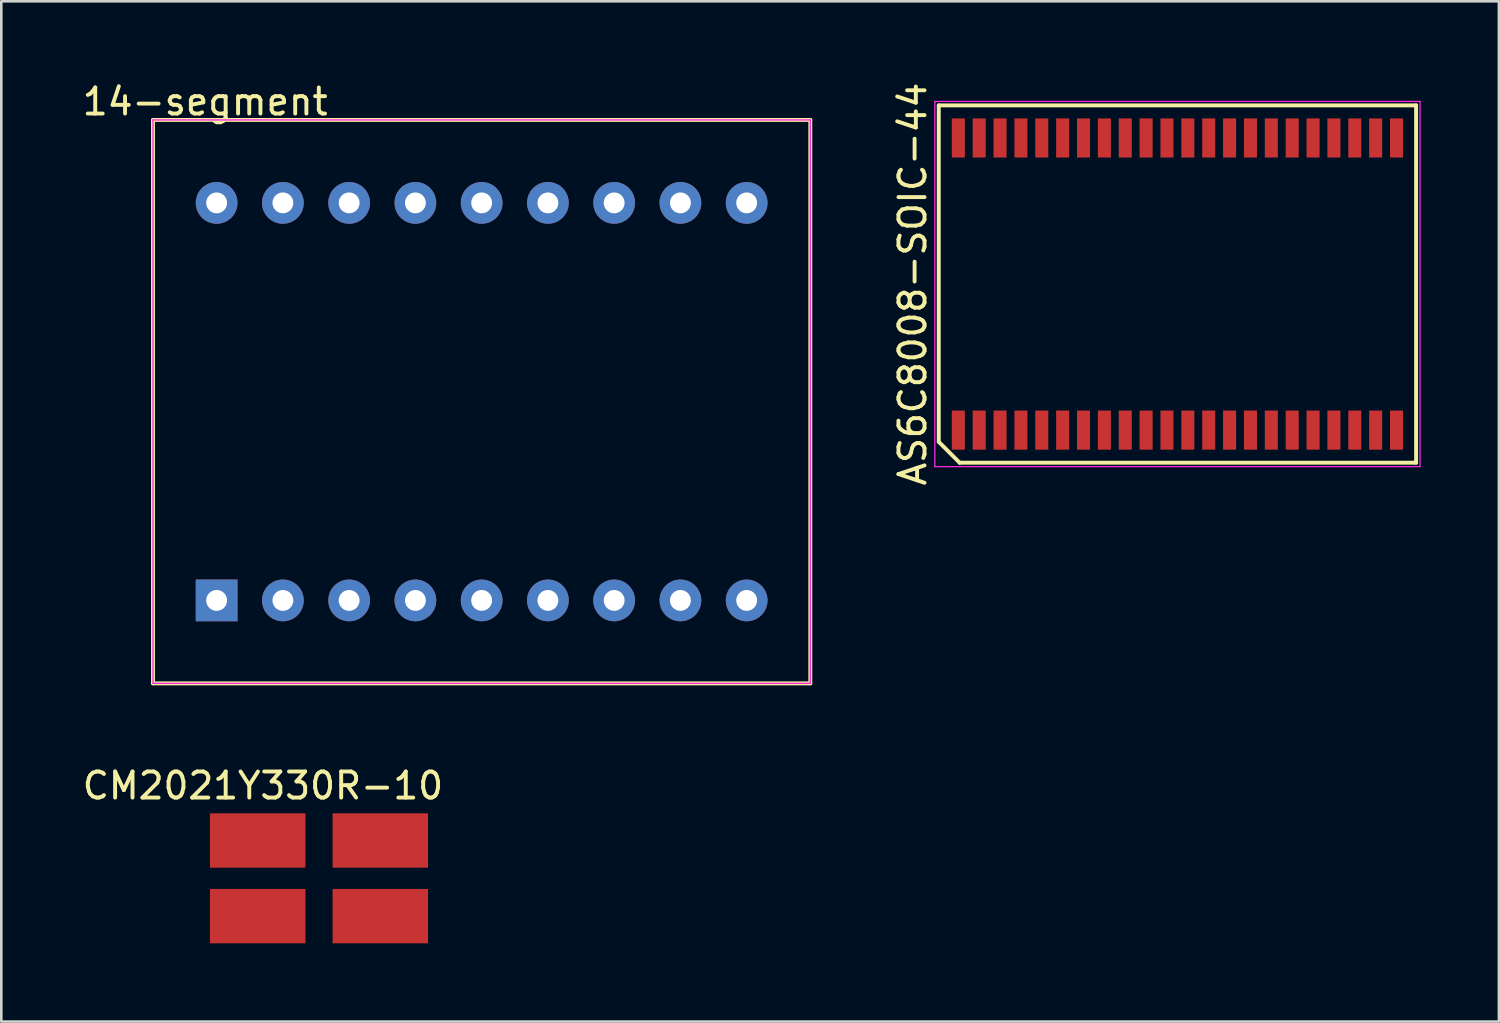
<source format=kicad_pcb>
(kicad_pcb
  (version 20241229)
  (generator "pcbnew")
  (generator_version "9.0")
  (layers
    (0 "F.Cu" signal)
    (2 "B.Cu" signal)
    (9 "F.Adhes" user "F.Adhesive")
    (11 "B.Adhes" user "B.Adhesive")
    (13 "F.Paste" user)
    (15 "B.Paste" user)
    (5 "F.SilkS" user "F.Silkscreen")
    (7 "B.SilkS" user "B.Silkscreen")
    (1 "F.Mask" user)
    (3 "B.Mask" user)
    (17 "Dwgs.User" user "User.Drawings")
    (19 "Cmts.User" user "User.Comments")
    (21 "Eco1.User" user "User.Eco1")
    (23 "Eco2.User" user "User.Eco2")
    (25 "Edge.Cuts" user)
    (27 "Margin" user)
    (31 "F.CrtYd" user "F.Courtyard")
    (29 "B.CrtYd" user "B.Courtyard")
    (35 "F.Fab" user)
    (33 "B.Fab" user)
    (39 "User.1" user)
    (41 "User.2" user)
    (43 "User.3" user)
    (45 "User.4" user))
  (footprint "14-segment"
    (layer "F.Cu")
    (at 15.415 12.348)
    (property "Reference" "14-segment" (at -10.6 -11.5 180) (layer "F.SilkS") (effects (font (size 1 1) (thickness 0.15))))
    (attr through_hole)
    (fp_line (start -12.6 -10.8) (end -12.6 10.8) (stroke (width 0.15) (type solid)) (layer "F.SilkS"))
    (fp_line (start -12.6 10.8) (end 12.6 10.8) (stroke (width 0.15) (type solid)) (layer "F.SilkS"))
    (fp_line (start 12.6 -10.8) (end -12.6 -10.8) (stroke (width 0.15) (type solid)) (layer "F.SilkS"))
    (fp_line (start 12.6 10.8) (end 12.6 -10.8) (stroke (width 0.15) (type solid)) (layer "F.SilkS"))
    (fp_line (start -12.6 -10.8) (end 12.6 -10.8) (stroke (width 0.05) (type solid)) (layer "F.CrtYd"))
    (fp_line (start -12.6 10.8) (end -12.6 -10.8) (stroke (width 0.05) (type solid)) (layer "F.CrtYd"))
    (fp_line (start 12.6 -10.8) (end 12.6 10.8) (stroke (width 0.05) (type solid)) (layer "F.CrtYd"))
    (fp_line (start 12.6 10.8) (end -12.6 10.8) (stroke (width 0.05) (type solid)) (layer "F.CrtYd"))
    (pad "1" thru_hole rect (at -10.16 7.62) (size 1.6 1.6) (drill 0.8) (layers "*.Cu" "*.Mask"))
    (pad "2" thru_hole circle (at -7.62 7.62) (size 1.6 1.6) (drill 0.8) (layers "*.Cu" "*.Mask"))
    (pad "3" thru_hole circle (at -5.08 7.62) (size 1.6 1.6) (drill 0.8) (layers "*.Cu" "*.Mask"))
    (pad "4" thru_hole circle (at -2.54 7.62) (size 1.6 1.6) (drill 0.8) (layers "*.Cu" "*.Mask"))
    (pad "5" thru_hole circle (at 0 7.62) (size 1.6 1.6) (drill 0.8) (layers "*.Cu" "*.Mask"))
    (pad "6" thru_hole circle (at 2.54 7.62) (size 1.6 1.6) (drill 0.8) (layers "*.Cu" "*.Mask"))
    (pad "7" thru_hole circle (at 5.08 7.62) (size 1.6 1.6) (drill 0.8) (layers "*.Cu" "*.Mask"))
    (pad "8" thru_hole circle (at 7.62 7.62) (size 1.6 1.6) (drill 0.8) (layers "*.Cu" "*.Mask"))
    (pad "9" thru_hole circle (at 10.16 7.62) (size 1.6 1.6) (drill 0.8) (layers "*.Cu" "*.Mask"))
    (pad "10" thru_hole circle (at 10.16 -7.62) (size 1.6 1.6) (drill 0.8) (layers "*.Cu" "*.Mask"))
    (pad "11" thru_hole circle (at 7.62 -7.62) (size 1.6 1.6) (drill 0.8) (layers "*.Cu" "*.Mask"))
    (pad "12" thru_hole circle (at 5.08 -7.62) (size 1.6 1.6) (drill 0.8) (layers "*.Cu" "*.Mask"))
    (pad "13" thru_hole circle (at 2.54 -7.62) (size 1.6 1.6) (drill 0.8) (layers "*.Cu" "*.Mask"))
    (pad "14" thru_hole circle (at 0 -7.62) (size 1.6 1.6) (drill 0.8) (layers "*.Cu" "*.Mask"))
    (pad "15" thru_hole circle (at -2.54 -7.62) (size 1.6 1.6) (drill 0.8) (layers "*.Cu" "*.Mask"))
    (pad "16" thru_hole circle (at -5.08 -7.62) (size 1.6 1.6) (drill 0.8) (layers "*.Cu" "*.Mask"))
    (pad "17" thru_hole circle (at -7.62 -7.62) (size 1.6 1.6) (drill 0.8) (layers "*.Cu" "*.Mask"))
    (pad "18" thru_hole circle (at -10.16 -7.62) (size 1.6 1.6) (drill 0.8) (layers "*.Cu" "*.Mask")))
  (footprint "CM2021Y330R-10"
    (layer "F.Cu")
    (at 6.83 29.172)
    (property "Reference" "CM2021Y330R-10" (at 0.2 -2.1 0) (layer "F.SilkS") (effects (font (size 1 1) (thickness 0.15))))
    (attr through_hole)
    (pad "1" smd rect (at 0 0) (size 3.66 2.085) (layers "F.Cu" "F.Mask" "F.Paste"))
    (pad "2" smd rect (at 4.7 0) (size 3.66 2.085) (layers "F.Cu" "F.Mask" "F.Paste"))
    (pad "3" smd rect (at 0 2.9) (size 3.66 2.085) (layers "F.Cu" "F.Mask" "F.Paste"))
    (pad "4" smd rect (at 4.7 2.9) (size 3.66 2.085) (layers "F.Cu" "F.Mask" "F.Paste")))
  (footprint "AS6C8008-SOIC-44"
    (layer "F.Cu")
    (at 42.089 7.839)
    (property "Reference" "AS6C8008-SOIC-44" (at -10.15 0 90) (layer "F.SilkS") (effects (font (size 1 1) (thickness 0.15))))
    (attr smd)
    (fp_line (start -9.15 -6.85) (end 9.15 -6.85) (stroke (width 0.15) (type solid)) (layer "F.SilkS"))
    (fp_line (start -9.15 6.05) (end -9.15 -6.85) (stroke (width 0.15) (type solid)) (layer "F.SilkS"))
    (fp_line (start -8.35 6.85) (end -9.15 6.05) (stroke (width 0.15) (type solid)) (layer "F.SilkS"))
    (fp_line (start 9.15 -6.85) (end 9.15 6.85) (stroke (width 0.15) (type solid)) (layer "F.SilkS"))
    (fp_line (start 9.15 6.85) (end -8.35 6.85) (stroke (width 0.15) (type solid)) (layer "F.SilkS"))
    (fp_line (start -9.3 -7) (end 9.3 -7) (stroke (width 0.05) (type solid)) (layer "F.CrtYd"))
    (fp_line (start -9.3 7) (end -9.3 -7) (stroke (width 0.05) (type solid)) (layer "F.CrtYd"))
    (fp_line (start 9.3 -7) (end 9.3 7) (stroke (width 0.05) (type solid)) (layer "F.CrtYd"))
    (fp_line (start 9.3 7) (end -9.3 7) (stroke (width 0.05) (type solid)) (layer "F.CrtYd"))
    (pad "1" smd rect (at -8.4 5.6) (size 0.5 1.5) (layers "F.Cu" "F.Mask" "F.Paste"))
    (pad "2" smd rect (at -7.6 5.6) (size 0.5 1.5) (layers "F.Cu" "F.Mask" "F.Paste"))
    (pad "3" smd rect (at -6.8 5.6) (size 0.5 1.5) (layers "F.Cu" "F.Mask" "F.Paste"))
    (pad "4" smd rect (at -6 5.6) (size 0.5 1.5) (layers "F.Cu" "F.Mask" "F.Paste"))
    (pad "5" smd rect (at -5.2 5.6) (size 0.5 1.5) (layers "F.Cu" "F.Mask" "F.Paste"))
    (pad "6" smd rect (at -4.4 5.6) (size 0.5 1.5) (layers "F.Cu" "F.Mask" "F.Paste"))
    (pad "7" smd rect (at -3.6 5.6) (size 0.5 1.5) (layers "F.Cu" "F.Mask" "F.Paste"))
    (pad "8" smd rect (at -2.8 5.6) (size 0.5 1.5) (layers "F.Cu" "F.Mask" "F.Paste"))
    (pad "9" smd rect (at -2 5.6) (size 0.5 1.5) (layers "F.Cu" "F.Mask" "F.Paste"))
    (pad "10" smd rect (at -1.2 5.6) (size 0.5 1.5) (layers "F.Cu" "F.Mask" "F.Paste"))
    (pad "11" smd rect (at -0.4 5.6) (size 0.5 1.5) (layers "F.Cu" "F.Mask" "F.Paste"))
    (pad "12" smd rect (at 0.4 5.6) (size 0.5 1.5) (layers "F.Cu" "F.Mask" "F.Paste"))
    (pad "13" smd rect (at 1.2 5.6) (size 0.5 1.5) (layers "F.Cu" "F.Mask" "F.Paste"))
    (pad "14" smd rect (at 2 5.6) (size 0.5 1.5) (layers "F.Cu" "F.Mask" "F.Paste"))
    (pad "15" smd rect (at 2.8 5.6) (size 0.5 1.5) (layers "F.Cu" "F.Mask" "F.Paste"))
    (pad "16" smd rect (at 3.6 5.6) (size 0.5 1.5) (layers "F.Cu" "F.Mask" "F.Paste"))
    (pad "17" smd rect (at 4.4 5.6) (size 0.5 1.5) (layers "F.Cu" "F.Mask" "F.Paste"))
    (pad "18" smd rect (at 5.2 5.6) (size 0.5 1.5) (layers "F.Cu" "F.Mask" "F.Paste"))
    (pad "19" smd rect (at 6 5.6) (size 0.5 1.5) (layers "F.Cu" "F.Mask" "F.Paste"))
    (pad "20" smd rect (at 6.8 5.6) (size 0.5 1.5) (layers "F.Cu" "F.Mask" "F.Paste"))
    (pad "21" smd rect (at 7.6 5.6) (size 0.5 1.5) (layers "F.Cu" "F.Mask" "F.Paste"))
    (pad "22" smd rect (at 8.4 5.6) (size 0.5 1.5) (layers "F.Cu" "F.Mask" "F.Paste"))
    (pad "23" smd rect (at 8.4 -5.6) (size 0.5 1.5) (layers "F.Cu" "F.Mask" "F.Paste"))
    (pad "24" smd rect (at 7.6 -5.6) (size 0.5 1.5) (layers "F.Cu" "F.Mask" "F.Paste"))
    (pad "25" smd rect (at 6.8 -5.6) (size 0.5 1.5) (layers "F.Cu" "F.Mask" "F.Paste"))
    (pad "26" smd rect (at 6 -5.6) (size 0.5 1.5) (layers "F.Cu" "F.Mask" "F.Paste"))
    (pad "27" smd rect (at 5.2 -5.6) (size 0.5 1.5) (layers "F.Cu" "F.Mask" "F.Paste"))
    (pad "28" smd rect (at 4.4 -5.6) (size 0.5 1.5) (layers "F.Cu" "F.Mask" "F.Paste"))
    (pad "29" smd rect (at 3.6 -5.6) (size 0.5 1.5) (layers "F.Cu" "F.Mask" "F.Paste"))
    (pad "30" smd rect (at 2.8 -5.6) (size 0.5 1.5) (layers "F.Cu" "F.Mask" "F.Paste"))
    (pad "31" smd rect (at 2 -5.6) (size 0.5 1.5) (layers "F.Cu" "F.Mask" "F.Paste"))
    (pad "32" smd rect (at 1.2 -5.6) (size 0.5 1.5) (layers "F.Cu" "F.Mask" "F.Paste"))
    (pad "33" smd rect (at 0.4 -5.6) (size 0.5 1.5) (layers "F.Cu" "F.Mask" "F.Paste"))
    (pad "34" smd rect (at -0.4 -5.6) (size 0.5 1.5) (layers "F.Cu" "F.Mask" "F.Paste"))
    (pad "35" smd rect (at -1.2 -5.6) (size 0.5 1.5) (layers "F.Cu" "F.Mask" "F.Paste"))
    (pad "36" smd rect (at -2 -5.6) (size 0.5 1.5) (layers "F.Cu" "F.Mask" "F.Paste"))
    (pad "37" smd rect (at -2.8 -5.6) (size 0.5 1.5) (layers "F.Cu" "F.Mask" "F.Paste"))
    (pad "38" smd rect (at -3.6 -5.6) (size 0.5 1.5) (layers "F.Cu" "F.Mask" "F.Paste"))
    (pad "39" smd rect (at -4.4 -5.6) (size 0.5 1.5) (layers "F.Cu" "F.Mask" "F.Paste"))
    (pad "40" smd rect (at -5.2 -5.6) (size 0.5 1.5) (layers "F.Cu" "F.Mask" "F.Paste"))
    (pad "41" smd rect (at -6 -5.6) (size 0.5 1.5) (layers "F.Cu" "F.Mask" "F.Paste"))
    (pad "42" smd rect (at -6.8 -5.6) (size 0.5 1.5) (layers "F.Cu" "F.Mask" "F.Paste"))
    (pad "43" smd rect (at -7.6 -5.6) (size 0.5 1.5) (layers "F.Cu" "F.Mask" "F.Paste"))
    (pad "44" smd rect (at -8.4 -5.6) (size 0.5 1.5) (layers "F.Cu" "F.Mask" "F.Paste")))
  (gr_rect
    (start -3 -3)
    (end 54.414 36.114)
    (stroke (width 0.1) (type default))
    (fill no)
    (layer "Edge.Cuts")))
</source>
